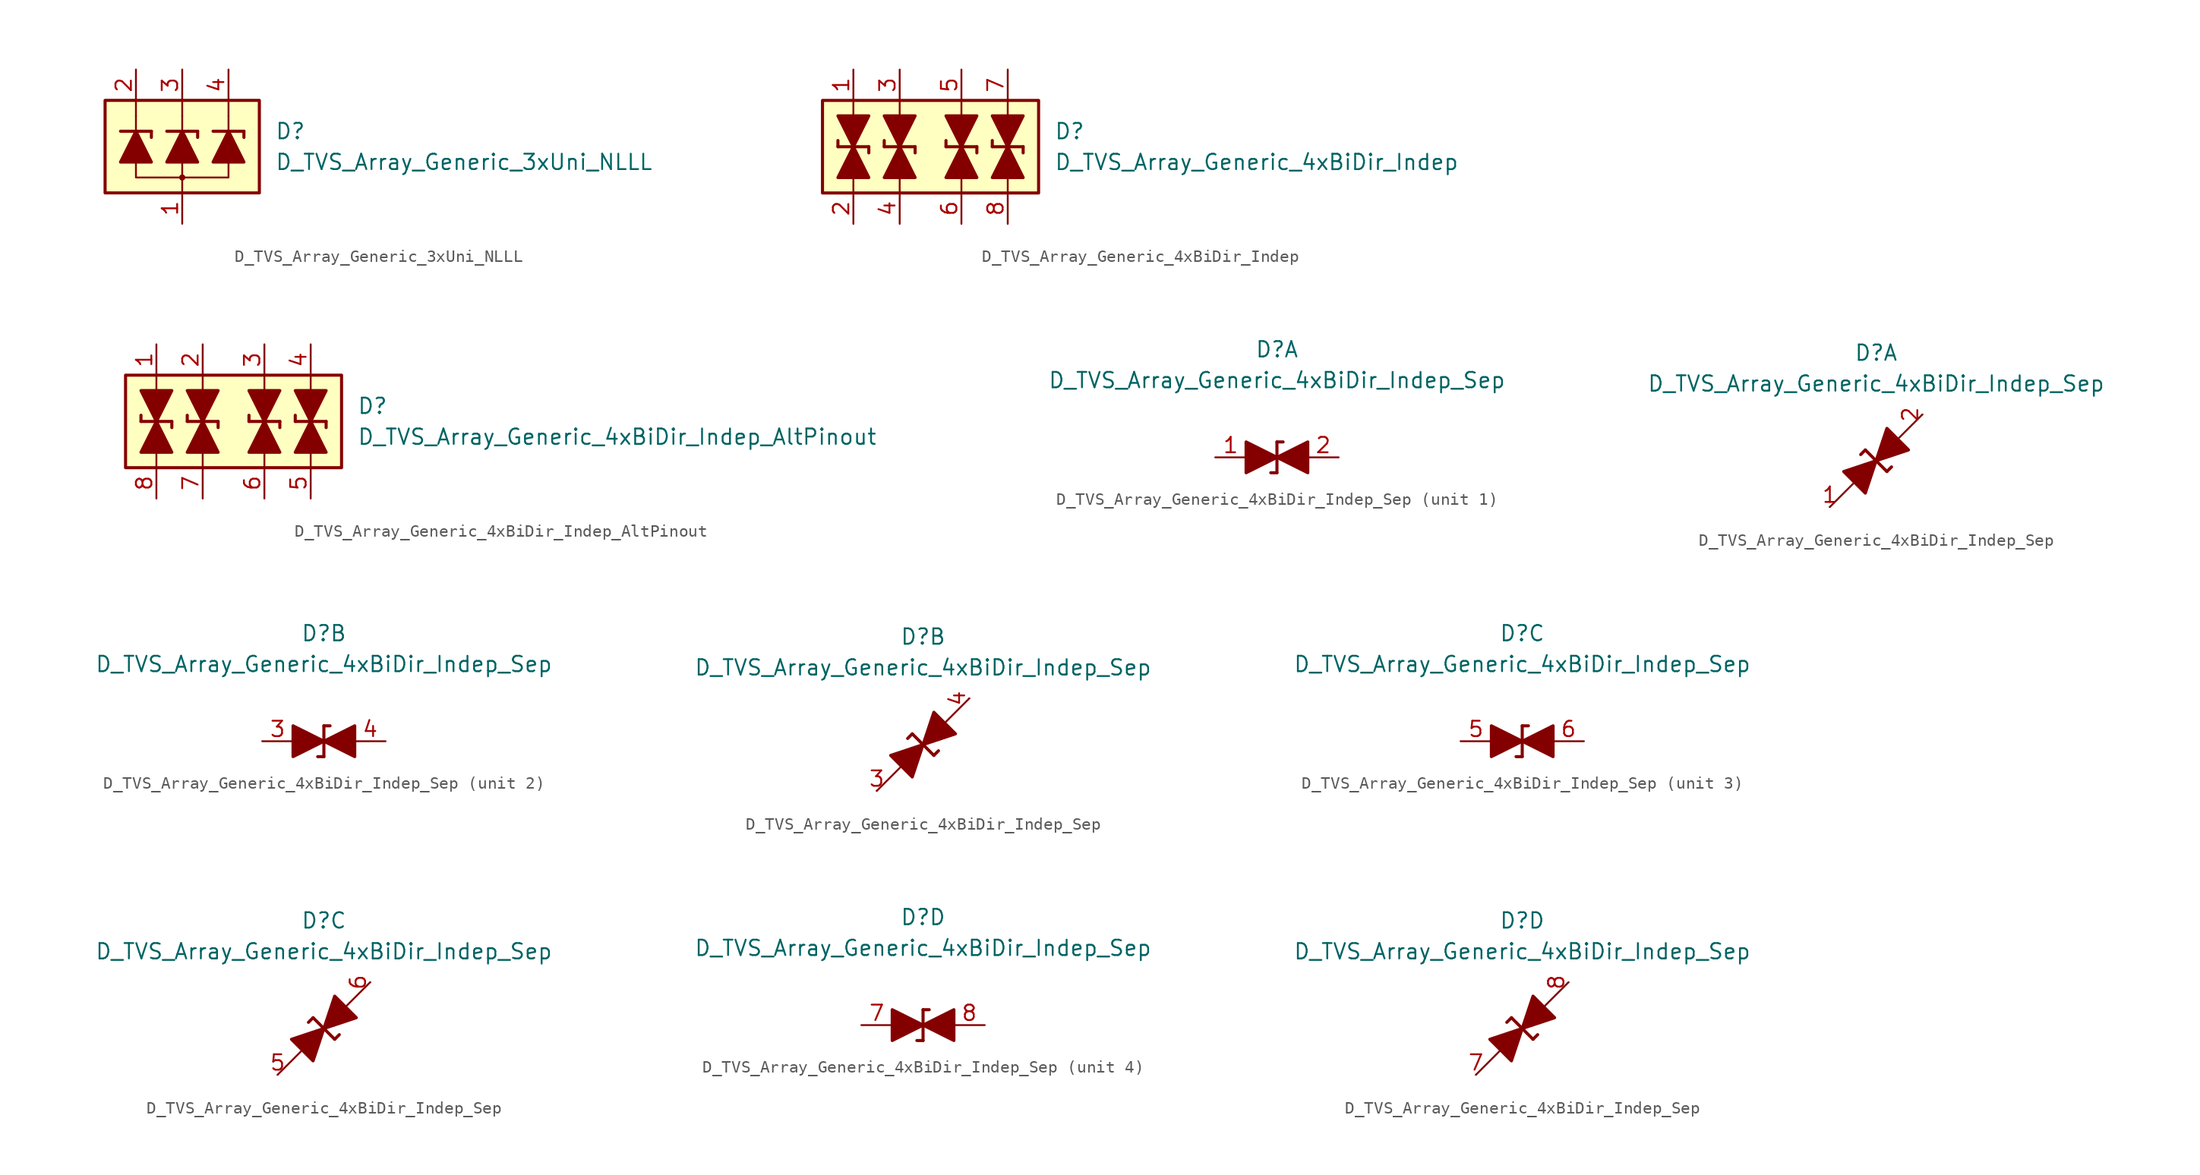
<source format=kicad_sym>
(kicad_symbol_lib
  (version 20231120)
  (generator "kicad_symbol_editor")
  (generator_version "8.0")
  (symbol "D_TVS_Array_Generic_3xUni_NLLL"
    (pin_names
      (offset 1.016) hide)
    (property "Reference" "D"
      (at 7.62 1.27 0)
      (effects (font (size 1.27 1.27)) (justify left)))
    (property "Value" "D_TVS_Array_Generic_3xUni_NLLL"
      (at 7.62 -1.27 0)
      (effects (font (size 1.27 1.27)) (justify left)))
    (symbol "D_TVS_Array_Generic_3xUni_NLLL_0_1"
      (rectangle (start -6.35 3.81) (end 6.35 -3.81) (stroke (width 0.254) (type default)) (fill (type background)))
      (circle (center 0 -2.54) (radius 0.178) (stroke (width 0) (type default)) (fill (type outline)))
      (polyline (pts (xy -3.81 1.27) (xy -3.81 2.54)) (stroke (width 0) (type default)) (fill (type none)))
      (polyline (pts (xy -3.81 2.54) (xy -3.81 3.81)) (stroke (width 0) (type default)) (fill (type none)))
      (polyline (pts (xy 0 -3.81) (xy 0 -2.54)) (stroke (width 0) (type default)) (fill (type none)))
      (polyline (pts (xy 0 -2.54) (xy 0 -1.27)) (stroke (width 0) (type default)) (fill (type none)))
      (polyline (pts (xy 0 1.27) (xy 0 2.54)) (stroke (width 0) (type default)) (fill (type none)))
      (polyline (pts (xy 0 2.54) (xy 0 3.81)) (stroke (width 0) (type default)) (fill (type none)))
      (polyline (pts (xy 3.81 1.27) (xy 3.81 2.54)) (stroke (width 0) (type default)) (fill (type none)))
      (polyline (pts (xy 3.81 2.54) (xy 3.81 3.81)) (stroke (width 0) (type default)) (fill (type none)))
      (polyline (pts (xy -3.81 -1.27) (xy -3.81 -2.54) (xy 3.81 -2.54) (xy 3.81 -1.27)) (stroke (width 0.152) (type default)) (fill (type none))))
    (symbol "D_TVS_Array_Generic_3xUni_NLLL_1_1"
      (polyline (pts (xy -5.08 1.27) (xy -2.54 1.27)) (stroke (width 0.254) (type default)) (fill (type none)))
      (polyline (pts (xy -3.81 -1.27) (xy -3.81 1.27)) (stroke (width 0) (type default)) (fill (type none)))
      (polyline (pts (xy -2.54 1.27) (xy -2.54 0.762)) (stroke (width 0.254) (type default)) (fill (type none)))
      (polyline (pts (xy -1.27 1.27) (xy 1.27 1.27)) (stroke (width 0.254) (type default)) (fill (type none)))
      (polyline (pts (xy 0 -1.27) (xy 0 1.27)) (stroke (width 0) (type default)) (fill (type none)))
      (polyline (pts (xy 1.27 1.27) (xy 1.27 0.762)) (stroke (width 0.254) (type default)) (fill (type none)))
      (polyline (pts (xy 2.54 1.27) (xy 5.08 1.27)) (stroke (width 0.254) (type default)) (fill (type none)))
      (polyline (pts (xy 3.81 -1.27) (xy 3.81 1.27)) (stroke (width 0) (type default)) (fill (type none)))
      (polyline (pts (xy 5.08 1.27) (xy 5.08 0.762)) (stroke (width 0.254) (type default)) (fill (type none)))
      (polyline (pts (xy -2.54 -1.27) (xy -5.08 -1.27) (xy -3.81 1.27) (xy -2.54 -1.27)) (stroke (width 0.254) (type default)) (fill (type outline)))
      (polyline (pts (xy 1.27 -1.27) (xy -1.27 -1.27) (xy 0 1.27) (xy 1.27 -1.27)) (stroke (width 0.254) (type default)) (fill (type outline)))
      (polyline (pts (xy 5.08 -1.27) (xy 2.54 -1.27) (xy 3.81 1.27) (xy 5.08 -1.27)) (stroke (width 0.254) (type default)) (fill (type outline)))
      (pin passive line (at 0 -6.35 90) (length 2.54) (name "VN" (effects (font (size 1.27 1.27)))) (number "1" (effects (font (size 1.27 1.27)))))
      (pin passive line (at -3.81 6.35 270) (length 2.54) (name "L1" (effects (font (size 1.27 1.27)))) (number "2" (effects (font (size 1.27 1.27)))))
      (pin passive line (at 0 6.35 270) (length 2.54) (name "L2" (effects (font (size 1.27 1.27)))) (number "3" (effects (font (size 1.27 1.27)))))
      (pin passive line (at 3.81 6.35 270) (length 2.54) (name "L3" (effects (font (size 1.27 1.27)))) (number "4" (effects (font (size 1.27 1.27)))))))
  (symbol "D_TVS_Array_Generic_4xBiDir_Indep"
    (pin_names
      (offset 1.016) hide)
    (property "Reference" "D"
      (at 10.16 1.27 0)
      (effects (font (size 1.27 1.27)) (justify left)))
    (property "Value" "D_TVS_Array_Generic_4xBiDir_Indep"
      (at 10.16 -1.27 0)
      (effects (font (size 1.27 1.27)) (justify left)))
    (symbol "D_TVS_Array_Generic_4xBiDir_Indep_0_1"
      (polyline (pts (xy -6.35 -3.81) (xy -6.35 -1.27)) (stroke (width 0) (type default)) (fill (type none)))
      (polyline (pts (xy -6.35 2.54) (xy -6.35 1.27)) (stroke (width 0) (type default)) (fill (type none)))
      (polyline (pts (xy -6.35 2.54) (xy -6.35 3.81)) (stroke (width 0) (type default)) (fill (type none)))
      (polyline (pts (xy -2.54 -3.81) (xy -2.54 -1.27)) (stroke (width 0) (type default)) (fill (type none)))
      (polyline (pts (xy -2.54 2.54) (xy -2.54 1.27)) (stroke (width 0) (type default)) (fill (type none)))
      (polyline (pts (xy -2.54 2.54) (xy -2.54 3.81)) (stroke (width 0) (type default)) (fill (type none)))
      (polyline (pts (xy 2.54 -3.81) (xy 2.54 -1.27)) (stroke (width 0) (type default)) (fill (type none)))
      (polyline (pts (xy 2.54 2.54) (xy 2.54 1.27)) (stroke (width 0) (type default)) (fill (type none)))
      (polyline (pts (xy 2.54 2.54) (xy 2.54 3.81)) (stroke (width 0) (type default)) (fill (type none)))
      (polyline (pts (xy 6.35 -3.81) (xy 6.35 -1.27)) (stroke (width 0) (type default)) (fill (type none)))
      (polyline (pts (xy 6.35 2.54) (xy 6.35 1.27)) (stroke (width 0) (type default)) (fill (type none)))
      (polyline (pts (xy 6.35 2.54) (xy 6.35 3.81)) (stroke (width 0) (type default)) (fill (type none)))
      (rectangle (start 8.89 -3.81) (end -8.89 3.81) (stroke (width 0.254) (type default)) (fill (type background))))
    (symbol "D_TVS_Array_Generic_4xBiDir_Indep_1_1"
      (polyline (pts (xy -7.62 0) (xy -7.62 0.508)) (stroke (width 0.254) (type default)) (fill (type none)))
      (polyline (pts (xy -7.62 0) (xy -5.08 0)) (stroke (width 0.254) (type default)) (fill (type none)))
      (polyline (pts (xy -6.35 1.27) (xy -6.35 -1.27)) (stroke (width 0) (type default)) (fill (type none)))
      (polyline (pts (xy -5.08 0) (xy -5.08 -0.508)) (stroke (width 0.254) (type default)) (fill (type none)))
      (polyline (pts (xy -3.81 0) (xy -3.81 0.508)) (stroke (width 0.254) (type default)) (fill (type none)))
      (polyline (pts (xy -3.81 0) (xy -1.27 0)) (stroke (width 0.254) (type default)) (fill (type none)))
      (polyline (pts (xy -2.54 1.27) (xy -2.54 -1.27)) (stroke (width 0) (type default)) (fill (type none)))
      (polyline (pts (xy -1.27 0) (xy -1.27 -0.508)) (stroke (width 0.254) (type default)) (fill (type none)))
      (polyline (pts (xy 1.27 0) (xy 1.27 0.508)) (stroke (width 0.254) (type default)) (fill (type none)))
      (polyline (pts (xy 1.27 0) (xy 3.81 0)) (stroke (width 0.254) (type default)) (fill (type none)))
      (polyline (pts (xy 2.54 1.27) (xy 2.54 -1.27)) (stroke (width 0) (type default)) (fill (type none)))
      (polyline (pts (xy 3.81 0) (xy 3.81 -0.508)) (stroke (width 0.254) (type default)) (fill (type none)))
      (polyline (pts (xy 5.08 0) (xy 5.08 0.508)) (stroke (width 0.254) (type default)) (fill (type none)))
      (polyline (pts (xy 5.08 0) (xy 7.62 0)) (stroke (width 0.254) (type default)) (fill (type none)))
      (polyline (pts (xy 6.35 1.27) (xy 6.35 -1.27)) (stroke (width 0) (type default)) (fill (type none)))
      (polyline (pts (xy 7.62 0) (xy 7.62 -0.508)) (stroke (width 0.254) (type default)) (fill (type none)))
      (polyline (pts (xy -7.62 2.54) (xy -5.08 2.54) (xy -6.35 0) (xy -7.62 2.54)) (stroke (width 0.254) (type default)) (fill (type outline)))
      (polyline (pts (xy -6.35 0) (xy -7.62 -2.54) (xy -5.08 -2.54) (xy -6.35 0)) (stroke (width 0.254) (type default)) (fill (type outline)))
      (polyline (pts (xy -3.81 2.54) (xy -1.27 2.54) (xy -2.54 0) (xy -3.81 2.54)) (stroke (width 0.254) (type default)) (fill (type outline)))
      (polyline (pts (xy -2.54 0) (xy -3.81 -2.54) (xy -1.27 -2.54) (xy -2.54 0)) (stroke (width 0.254) (type default)) (fill (type outline)))
      (polyline (pts (xy 1.27 2.54) (xy 3.81 2.54) (xy 2.54 0) (xy 1.27 2.54)) (stroke (width 0.254) (type default)) (fill (type outline)))
      (polyline (pts (xy 2.54 0) (xy 1.27 -2.54) (xy 3.81 -2.54) (xy 2.54 0)) (stroke (width 0.254) (type default)) (fill (type outline)))
      (polyline (pts (xy 5.08 2.54) (xy 7.62 2.54) (xy 6.35 0) (xy 5.08 2.54)) (stroke (width 0.254) (type default)) (fill (type outline)))
      (polyline (pts (xy 6.35 0) (xy 5.08 -2.54) (xy 7.62 -2.54) (xy 6.35 0)) (stroke (width 0.254) (type default)) (fill (type outline)))
      (pin passive line (at -6.35 6.35 270) (length 2.54) (name "1" (effects (font (size 1.27 1.27)))) (number "1" (effects (font (size 1.27 1.27)))))
      (pin passive line (at -6.35 -6.35 90) (length 2.54) (name "2" (effects (font (size 1.27 1.27)))) (number "2" (effects (font (size 1.27 1.27)))))
      (pin passive line (at -2.54 6.35 270) (length 2.54) (name "3" (effects (font (size 1.27 1.27)))) (number "3" (effects (font (size 1.27 1.27)))))
      (pin passive line (at -2.54 -6.35 90) (length 2.54) (name "4" (effects (font (size 1.27 1.27)))) (number "4" (effects (font (size 1.27 1.27)))))
      (pin passive line (at 2.54 6.35 270) (length 2.54) (name "5" (effects (font (size 1.27 1.27)))) (number "5" (effects (font (size 1.27 1.27)))))
      (pin passive line (at 2.54 -6.35 90) (length 2.54) (name "6" (effects (font (size 1.27 1.27)))) (number "6" (effects (font (size 1.27 1.27)))))
      (pin passive line (at 6.35 6.35 270) (length 2.54) (name "7" (effects (font (size 1.27 1.27)))) (number "7" (effects (font (size 1.27 1.27)))))
      (pin passive line (at 6.35 -6.35 90) (length 2.54) (name "8" (effects (font (size 1.27 1.27)))) (number "8" (effects (font (size 1.27 1.27)))))))
  (symbol "D_TVS_Array_Generic_4xBiDir_Indep_AltPinout"
    (pin_names
      (offset 1.016) hide)
    (property "Reference" "D"
      (at 10.16 1.27 0)
      (effects (font (size 1.27 1.27)) (justify left)))
    (property "Value" "D_TVS_Array_Generic_4xBiDir_Indep_AltPinout"
      (at 10.16 -1.27 0)
      (effects (font (size 1.27 1.27)) (justify left)))
    (symbol "D_TVS_Array_Generic_4xBiDir_Indep_AltPinout_0_1"
      (polyline (pts (xy -6.35 -3.81) (xy -6.35 -1.27)) (stroke (width 0) (type default)) (fill (type none)))
      (polyline (pts (xy -6.35 2.54) (xy -6.35 1.27)) (stroke (width 0) (type default)) (fill (type none)))
      (polyline (pts (xy -6.35 2.54) (xy -6.35 3.81)) (stroke (width 0) (type default)) (fill (type none)))
      (polyline (pts (xy -2.54 -3.81) (xy -2.54 -1.27)) (stroke (width 0) (type default)) (fill (type none)))
      (polyline (pts (xy -2.54 2.54) (xy -2.54 1.27)) (stroke (width 0) (type default)) (fill (type none)))
      (polyline (pts (xy -2.54 2.54) (xy -2.54 3.81)) (stroke (width 0) (type default)) (fill (type none)))
      (polyline (pts (xy 2.54 -3.81) (xy 2.54 -1.27)) (stroke (width 0) (type default)) (fill (type none)))
      (polyline (pts (xy 2.54 2.54) (xy 2.54 1.27)) (stroke (width 0) (type default)) (fill (type none)))
      (polyline (pts (xy 2.54 2.54) (xy 2.54 3.81)) (stroke (width 0) (type default)) (fill (type none)))
      (polyline (pts (xy 6.35 -3.81) (xy 6.35 -1.27)) (stroke (width 0) (type default)) (fill (type none)))
      (polyline (pts (xy 6.35 2.54) (xy 6.35 1.27)) (stroke (width 0) (type default)) (fill (type none)))
      (polyline (pts (xy 6.35 2.54) (xy 6.35 3.81)) (stroke (width 0) (type default)) (fill (type none)))
      (rectangle (start 8.89 -3.81) (end -8.89 3.81) (stroke (width 0.254) (type default)) (fill (type background))))
    (symbol "D_TVS_Array_Generic_4xBiDir_Indep_AltPinout_1_1"
      (polyline (pts (xy -7.62 0) (xy -7.62 0.508)) (stroke (width 0.254) (type default)) (fill (type none)))
      (polyline (pts (xy -7.62 0) (xy -5.08 0)) (stroke (width 0.254) (type default)) (fill (type none)))
      (polyline (pts (xy -6.35 1.27) (xy -6.35 -1.27)) (stroke (width 0) (type default)) (fill (type none)))
      (polyline (pts (xy -5.08 0) (xy -5.08 -0.508)) (stroke (width 0.254) (type default)) (fill (type none)))
      (polyline (pts (xy -3.81 0) (xy -3.81 0.508)) (stroke (width 0.254) (type default)) (fill (type none)))
      (polyline (pts (xy -3.81 0) (xy -1.27 0)) (stroke (width 0.254) (type default)) (fill (type none)))
      (polyline (pts (xy -2.54 1.27) (xy -2.54 -1.27)) (stroke (width 0) (type default)) (fill (type none)))
      (polyline (pts (xy -1.27 0) (xy -1.27 -0.508)) (stroke (width 0.254) (type default)) (fill (type none)))
      (polyline (pts (xy 1.27 0) (xy 1.27 0.508)) (stroke (width 0.254) (type default)) (fill (type none)))
      (polyline (pts (xy 1.27 0) (xy 3.81 0)) (stroke (width 0.254) (type default)) (fill (type none)))
      (polyline (pts (xy 2.54 1.27) (xy 2.54 -1.27)) (stroke (width 0) (type default)) (fill (type none)))
      (polyline (pts (xy 3.81 0) (xy 3.81 -0.508)) (stroke (width 0.254) (type default)) (fill (type none)))
      (polyline (pts (xy 5.08 0) (xy 5.08 0.508)) (stroke (width 0.254) (type default)) (fill (type none)))
      (polyline (pts (xy 5.08 0) (xy 7.62 0)) (stroke (width 0.254) (type default)) (fill (type none)))
      (polyline (pts (xy 6.35 1.27) (xy 6.35 -1.27)) (stroke (width 0) (type default)) (fill (type none)))
      (polyline (pts (xy 7.62 0) (xy 7.62 -0.508)) (stroke (width 0.254) (type default)) (fill (type none)))
      (polyline (pts (xy -7.62 2.54) (xy -5.08 2.54) (xy -6.35 0) (xy -7.62 2.54)) (stroke (width 0.254) (type default)) (fill (type outline)))
      (polyline (pts (xy -6.35 0) (xy -7.62 -2.54) (xy -5.08 -2.54) (xy -6.35 0)) (stroke (width 0.254) (type default)) (fill (type outline)))
      (polyline (pts (xy -3.81 2.54) (xy -1.27 2.54) (xy -2.54 0) (xy -3.81 2.54)) (stroke (width 0.254) (type default)) (fill (type outline)))
      (polyline (pts (xy -2.54 0) (xy -3.81 -2.54) (xy -1.27 -2.54) (xy -2.54 0)) (stroke (width 0.254) (type default)) (fill (type outline)))
      (polyline (pts (xy 1.27 2.54) (xy 3.81 2.54) (xy 2.54 0) (xy 1.27 2.54)) (stroke (width 0.254) (type default)) (fill (type outline)))
      (polyline (pts (xy 2.54 0) (xy 1.27 -2.54) (xy 3.81 -2.54) (xy 2.54 0)) (stroke (width 0.254) (type default)) (fill (type outline)))
      (polyline (pts (xy 5.08 2.54) (xy 7.62 2.54) (xy 6.35 0) (xy 5.08 2.54)) (stroke (width 0.254) (type default)) (fill (type outline)))
      (polyline (pts (xy 6.35 0) (xy 5.08 -2.54) (xy 7.62 -2.54) (xy 6.35 0)) (stroke (width 0.254) (type default)) (fill (type outline)))
      (pin passive line (at -6.35 6.35 270) (length 2.54) (name "1" (effects (font (size 1.27 1.27)))) (number "1" (effects (font (size 1.27 1.27)))))
      (pin passive line (at -2.54 6.35 270) (length 2.54) (name "3" (effects (font (size 1.27 1.27)))) (number "2" (effects (font (size 1.27 1.27)))))
      (pin passive line (at 2.54 6.35 270) (length 2.54) (name "5" (effects (font (size 1.27 1.27)))) (number "3" (effects (font (size 1.27 1.27)))))
      (pin passive line (at 6.35 6.35 270) (length 2.54) (name "7" (effects (font (size 1.27 1.27)))) (number "4" (effects (font (size 1.27 1.27)))))
      (pin passive line (at 6.35 -6.35 90) (length 2.54) (name "8" (effects (font (size 1.27 1.27)))) (number "5" (effects (font (size 1.27 1.27)))))
      (pin passive line (at 2.54 -6.35 90) (length 2.54) (name "6" (effects (font (size 1.27 1.27)))) (number "6" (effects (font (size 1.27 1.27)))))
      (pin passive line (at -2.54 -6.35 90) (length 2.54) (name "4" (effects (font (size 1.27 1.27)))) (number "7" (effects (font (size 1.27 1.27)))))
      (pin passive line (at -6.35 -6.35 90) (length 2.54) (name "2" (effects (font (size 1.27 1.27)))) (number "8" (effects (font (size 1.27 1.27)))))))
  (symbol "D_TVS_Array_Generic_4xBiDir_Indep_Sep"
    (pin_names
      (offset 1.016) hide)
    (property "Reference" "D"
      (at 0 8.89 0)
      (effects (font (size 1.27 1.27))))
    (property "Value" "D_TVS_Array_Generic_4xBiDir_Indep_Sep"
      (at 0 6.35 0)
      (effects (font (size 1.27 1.27))))
    (property "ki_locked" ""
      (at 0 0 0)
      (effects (font (size 1.27 1.27))))
    (symbol "D_TVS_Array_Generic_4xBiDir_Indep_Sep_0_1"
      (polyline (pts (xy 0 -1.27) (xy -0.508 -1.27)) (stroke (width 0.254) (type default)) (fill (type none)))
      (polyline (pts (xy 0 1.27) (xy 0 -1.27)) (stroke (width 0.254) (type default)) (fill (type none)))
      (polyline (pts (xy 0 1.27) (xy 0.508 1.27)) (stroke (width 0.254) (type default)) (fill (type none)))
      (polyline (pts (xy 1.27 0) (xy -1.27 0)) (stroke (width 0) (type default)) (fill (type none)))
      (polyline (pts (xy 0 0) (xy -2.54 1.27) (xy -2.54 -1.27) (xy 0 0)) (stroke (width 0.254) (type default)) (fill (type outline)))
      (polyline (pts (xy 2.54 1.27) (xy 2.54 -1.27) (xy 0 0) (xy 2.54 1.27)) (stroke (width 0.254) (type default)) (fill (type outline))))
    (symbol "D_TVS_Array_Generic_4xBiDir_Indep_Sep_0_2"
      (polyline (pts (xy -3.81 -3.81) (xy 3.81 3.81)) (stroke (width 0) (type default)) (fill (type none)))
      (polyline (pts (xy -0.889 0.889) (xy -1.27 0.508)) (stroke (width 0.254) (type default)) (fill (type none)))
      (polyline (pts (xy -0.889 0.889) (xy 0.889 -0.889)) (stroke (width 0.254) (type default)) (fill (type none)))
      (polyline (pts (xy 0.889 -0.889) (xy 1.27 -0.508)) (stroke (width 0.254) (type default)) (fill (type none)))
      (polyline (pts (xy -1.778 -1.778) (xy -2.667 -0.889) (xy 0 0) (xy -0.889 -2.667) (xy -1.778 -1.778)) (stroke (width 0.254) (type default)) (fill (type outline)))
      (polyline (pts (xy 1.778 1.778) (xy 2.667 0.889) (xy 0 0) (xy 0.889 2.667) (xy 1.778 1.778)) (stroke (width 0.254) (type default)) (fill (type outline))))
    (symbol "D_TVS_Array_Generic_4xBiDir_Indep_Sep_1_1"
      (pin passive line (at -5.08 0 0) (length 2.54) (name "K" (effects (font (size 1.27 1.27)))) (number "1" (effects (font (size 1.27 1.27)))))
      (pin passive line (at 5.08 0 180) (length 2.54) (name "A" (effects (font (size 1.27 1.27)))) (number "2" (effects (font (size 1.27 1.27))))))
    (symbol "D_TVS_Array_Generic_4xBiDir_Indep_Sep_1_2"
      (pin passive line (at -3.81 -3.81 0) (length 0) (name "A" (effects (font (size 1.27 1.27)))) (number "1" (effects (font (size 1.27 1.27)))))
      (pin passive line (at 3.81 3.81 270) (length 0) (name "K" (effects (font (size 1.27 1.27)))) (number "2" (effects (font (size 1.27 1.27))))))
    (symbol "D_TVS_Array_Generic_4xBiDir_Indep_Sep_2_1"
      (pin passive line (at -5.08 0 0) (length 2.54) (name "K" (effects (font (size 1.27 1.27)))) (number "3" (effects (font (size 1.27 1.27)))))
      (pin passive line (at 5.08 0 180) (length 2.54) (name "A" (effects (font (size 1.27 1.27)))) (number "4" (effects (font (size 1.27 1.27))))))
    (symbol "D_TVS_Array_Generic_4xBiDir_Indep_Sep_2_2"
      (pin passive line (at -3.81 -3.81 0) (length 0) (name "K" (effects (font (size 1.27 1.27)))) (number "3" (effects (font (size 1.27 1.27)))))
      (pin passive line (at 3.81 3.81 270) (length 0) (name "A" (effects (font (size 1.27 1.27)))) (number "4" (effects (font (size 1.27 1.27))))))
    (symbol "D_TVS_Array_Generic_4xBiDir_Indep_Sep_3_1"
      (pin passive line (at -5.08 0 0) (length 2.54) (name "K" (effects (font (size 1.27 1.27)))) (number "5" (effects (font (size 1.27 1.27)))))
      (pin passive line (at 5.08 0 180) (length 2.54) (name "A" (effects (font (size 1.27 1.27)))) (number "6" (effects (font (size 1.27 1.27))))))
    (symbol "D_TVS_Array_Generic_4xBiDir_Indep_Sep_3_2"
      (pin passive line (at -3.81 -3.81 0) (length 0) (name "K" (effects (font (size 1.27 1.27)))) (number "5" (effects (font (size 1.27 1.27)))))
      (pin passive line (at 3.81 3.81 270) (length 0) (name "A" (effects (font (size 1.27 1.27)))) (number "6" (effects (font (size 1.27 1.27))))))
    (symbol "D_TVS_Array_Generic_4xBiDir_Indep_Sep_4_1"
      (pin passive line (at -5.08 0 0) (length 2.54) (name "K" (effects (font (size 1.27 1.27)))) (number "7" (effects (font (size 1.27 1.27)))))
      (pin passive line (at 5.08 0 180) (length 2.54) (name "A" (effects (font (size 1.27 1.27)))) (number "8" (effects (font (size 1.27 1.27))))))
    (symbol "D_TVS_Array_Generic_4xBiDir_Indep_Sep_4_2"
      (pin passive line (at -3.81 -3.81 0) (length 0) (name "K" (effects (font (size 1.27 1.27)))) (number "7" (effects (font (size 1.27 1.27)))))
      (pin passive line (at 3.81 3.81 270) (length 0) (name "A" (effects (font (size 1.27 1.27)))) (number "8" (effects (font (size 1.27 1.27))))))))
</source>
